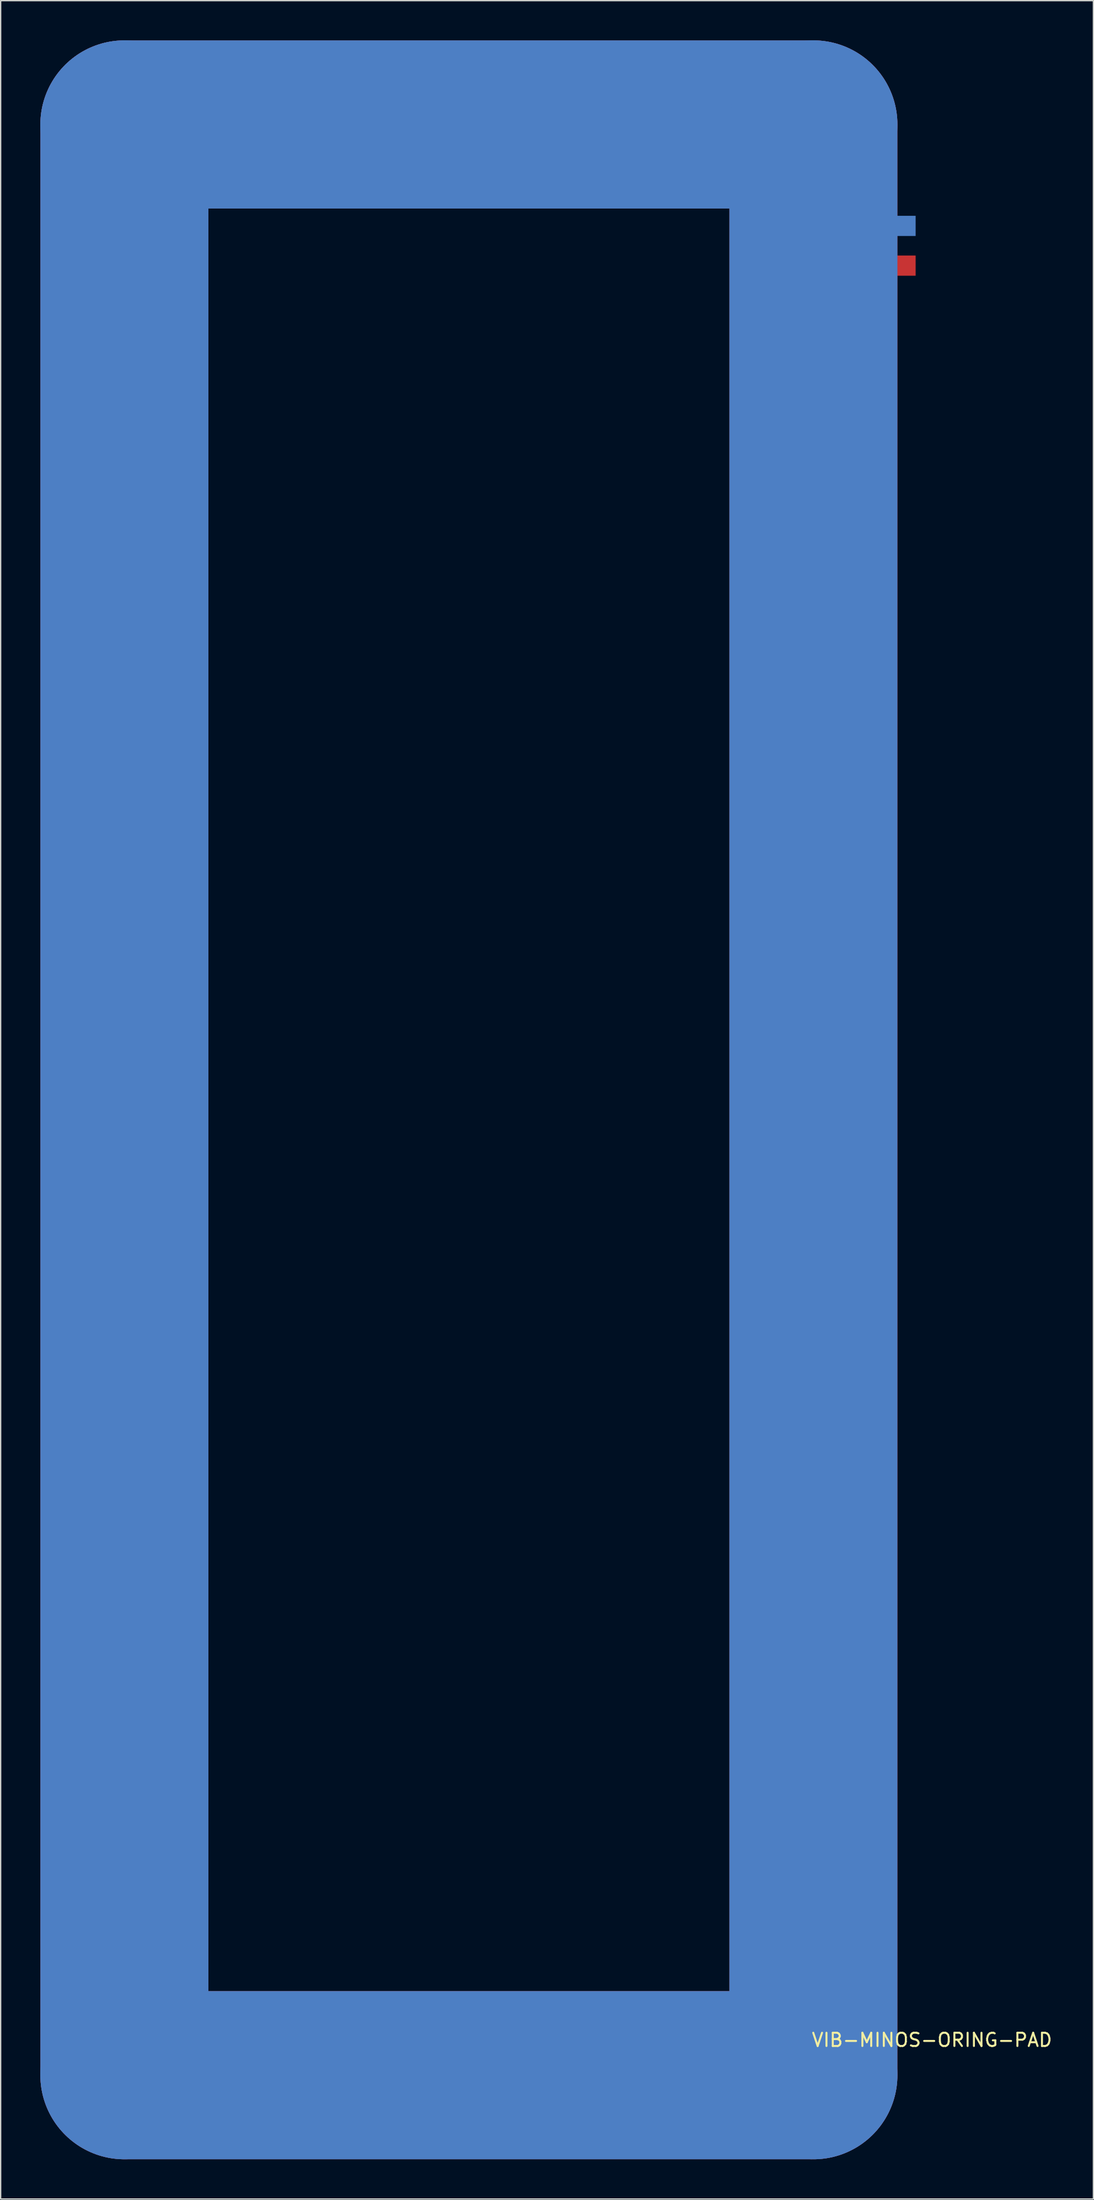
<source format=kicad_pcb>
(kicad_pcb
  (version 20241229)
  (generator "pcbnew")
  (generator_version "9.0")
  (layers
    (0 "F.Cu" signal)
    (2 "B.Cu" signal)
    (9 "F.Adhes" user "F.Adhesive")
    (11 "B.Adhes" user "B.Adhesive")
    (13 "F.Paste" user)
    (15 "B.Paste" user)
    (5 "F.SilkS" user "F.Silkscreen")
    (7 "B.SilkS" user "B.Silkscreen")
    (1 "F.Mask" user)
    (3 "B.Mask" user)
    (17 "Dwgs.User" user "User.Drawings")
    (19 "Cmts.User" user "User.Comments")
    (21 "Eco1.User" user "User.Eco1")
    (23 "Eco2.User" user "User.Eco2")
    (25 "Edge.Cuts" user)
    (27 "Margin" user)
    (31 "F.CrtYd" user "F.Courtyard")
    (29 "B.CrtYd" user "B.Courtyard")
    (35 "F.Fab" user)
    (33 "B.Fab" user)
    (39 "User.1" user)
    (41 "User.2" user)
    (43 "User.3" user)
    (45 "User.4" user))
  (footprint "VIB-MINOS-ORING-PAD"
    (layer "F.Cu")
    (at 32.385 80.01)
    (property "Reference" "VIB-MINOS-ORING-PAD" (at 35 71 0) (layer "F.SilkS") (effects (font (size 1 1) (thickness 0.15))))
    (attr through_hole)
    (fp_line (start -26.035 -73.66) (end -26.035 73.66) (stroke (width 12.7) (type solid)) (layer "F.Cu"))
    (fp_line (start -26.035 -73.66) (end 26.035 -73.66) (stroke (width 12.7) (type solid)) (layer "F.Cu"))
    (fp_line (start -26.035 73.66) (end 26.035 73.66) (stroke (width 12.7) (type solid)) (layer "F.Cu"))
    (fp_line (start 26.035 -73.66) (end 26.035 73.66) (stroke (width 12.7) (type solid)) (layer "F.Cu"))
    (fp_line (start -26.035 -73.66) (end -26.035 73.66) (stroke (width 12.7) (type solid)) (layer "F.Mask"))
    (fp_line (start -26.035 -73.66) (end 26.035 -73.66) (stroke (width 12.7) (type solid)) (layer "F.Mask"))
    (fp_line (start -26.035 73.66) (end 26.035 73.66) (stroke (width 12.7) (type solid)) (layer "F.Mask"))
    (fp_line (start 26.035 -73.66) (end 26.035 73.66) (stroke (width 12.7) (type solid)) (layer "F.Mask"))
    (fp_line (start -26.035 -73.66) (end -26.035 73.66) (stroke (width 12.7) (type solid)) (layer "B.Cu"))
    (fp_line (start -26.035 -73.66) (end 26.035 -73.66) (stroke (width 12.7) (type solid)) (layer "B.Cu"))
    (fp_line (start -26.035 73.66) (end 26.035 73.66) (stroke (width 12.7) (type solid)) (layer "B.Cu"))
    (fp_line (start 26.035 -73.66) (end 26.035 73.66) (stroke (width 12.7) (type solid)) (layer "B.Cu"))
    (fp_line (start -26.035 -73.66) (end -26.035 73.66) (stroke (width 12.7) (type solid)) (layer "B.Mask"))
    (fp_line (start -26.035 -73.66) (end 26.035 -73.66) (stroke (width 12.7) (type solid)) (layer "B.Mask"))
    (fp_line (start -26.035 73.66) (end 26.035 73.66) (stroke (width 12.7) (type solid)) (layer "B.Mask"))
    (fp_line (start 26.035 -73.66) (end 26.035 73.66) (stroke (width 12.7) (type solid)) (layer "B.Mask"))
    (pad "1" smd rect (at 33 -63) (size 1.524 1.524) (layers "F.Cu" "F.Mask" "F.Paste"))
    (pad "2" smd rect (at 33 -66) (size 1.524 1.524) (layers "F.Mask" "B.Cu" "F.Paste")))
  (gr_rect
    (start -3 -3)
    (end 79.581 163.02)
    (stroke (width 0.1) (type default))
    (fill no)
    (layer "Edge.Cuts")))
</source>
